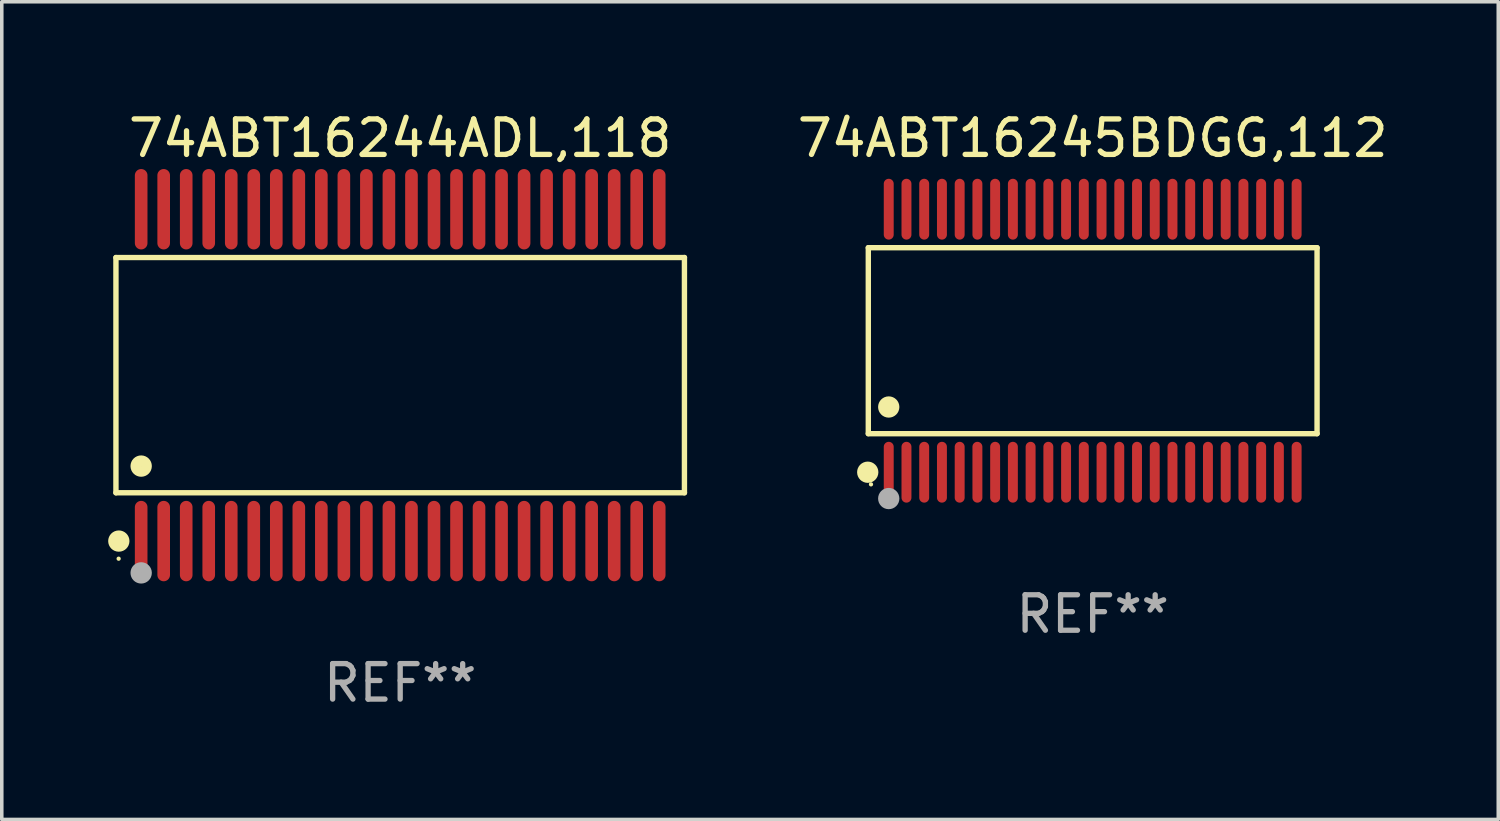
<source format=kicad_pcb>
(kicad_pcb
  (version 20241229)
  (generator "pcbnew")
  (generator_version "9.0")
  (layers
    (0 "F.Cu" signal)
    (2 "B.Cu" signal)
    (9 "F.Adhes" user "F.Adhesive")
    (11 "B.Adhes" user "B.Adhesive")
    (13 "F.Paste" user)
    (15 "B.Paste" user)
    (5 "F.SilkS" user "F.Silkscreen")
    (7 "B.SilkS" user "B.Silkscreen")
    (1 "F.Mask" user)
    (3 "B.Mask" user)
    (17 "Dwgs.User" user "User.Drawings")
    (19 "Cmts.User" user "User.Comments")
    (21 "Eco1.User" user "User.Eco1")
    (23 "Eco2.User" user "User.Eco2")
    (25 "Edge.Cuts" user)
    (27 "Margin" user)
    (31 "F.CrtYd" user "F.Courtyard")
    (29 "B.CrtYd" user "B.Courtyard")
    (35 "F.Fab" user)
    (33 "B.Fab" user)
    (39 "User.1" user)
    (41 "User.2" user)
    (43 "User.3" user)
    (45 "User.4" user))
  (footprint "74ABT16244ADL,118"
    (layer "F.Cu")
    (at 8.233 7.527)
    (property "Reference" "74ABT16244ADL,118" (at 0 -6.678 0) (layer "F.SilkS") (effects (font (size 1 1) (thickness 0.15))))
    (attr through_hole)
    (fp_line (start -8.014 -3.316) (end 8.014 -3.316) (stroke (width 0.152) (type solid)) (layer "F.SilkS"))
    (fp_line (start -8.014 3.316) (end -8.014 -3.316) (stroke (width 0.152) (type solid)) (layer "F.SilkS"))
    (fp_line (start 8.014 -3.316) (end 8.014 3.316) (stroke (width 0.152) (type solid)) (layer "F.SilkS"))
    (fp_line (start 8.014 3.316) (end -8.014 3.316) (stroke (width 0.152) (type solid)) (layer "F.SilkS"))
    (fp_circle (center -7.938 5.175) (end -7.908 5.175) (stroke (width 0.06) (type solid)) (fill no) (layer "F.SilkS"))
    (fp_circle (center -7.933 4.678) (end -7.783 4.678) (stroke (width 0.3) (type solid)) (fill no) (layer "F.SilkS"))
    (fp_circle (center -7.303 2.564) (end -7.152 2.564) (stroke (width 0.3) (type solid)) (fill no) (layer "F.SilkS"))
    (fp_circle (center -7.303 5.575) (end -7.152 5.575) (stroke (width 0.3) (type solid)) (fill no) (layer "F.Fab"))
    (fp_text user "REF**" (at 0 8.678 0) (layer "F.Fab") (effects (font (size 1 1) (thickness 0.15))))
    (pad "1" smd oval (at -7.303 4.678) (size 0.356 2.267) (layers "F.Cu" "F.Mask" "F.Paste"))
    (pad "2" smd oval (at -6.668 4.678) (size 0.356 2.267) (layers "F.Cu" "F.Mask" "F.Paste"))
    (pad "3" smd oval (at -6.033 4.678) (size 0.356 2.267) (layers "F.Cu" "F.Mask" "F.Paste"))
    (pad "4" smd oval (at -5.398 4.678) (size 0.356 2.267) (layers "F.Cu" "F.Mask" "F.Paste"))
    (pad "5" smd oval (at -4.763 4.678) (size 0.356 2.267) (layers "F.Cu" "F.Mask" "F.Paste"))
    (pad "6" smd oval (at -4.128 4.678) (size 0.356 2.267) (layers "F.Cu" "F.Mask" "F.Paste"))
    (pad "7" smd oval (at -3.493 4.678) (size 0.356 2.267) (layers "F.Cu" "F.Mask" "F.Paste"))
    (pad "8" smd oval (at -2.858 4.678) (size 0.356 2.267) (layers "F.Cu" "F.Mask" "F.Paste"))
    (pad "9" smd oval (at -2.223 4.678) (size 0.356 2.267) (layers "F.Cu" "F.Mask" "F.Paste"))
    (pad "10" smd oval (at -1.588 4.678) (size 0.356 2.267) (layers "F.Cu" "F.Mask" "F.Paste"))
    (pad "11" smd oval (at -0.953 4.678) (size 0.356 2.267) (layers "F.Cu" "F.Mask" "F.Paste"))
    (pad "12" smd oval (at -0.318 4.678) (size 0.356 2.267) (layers "F.Cu" "F.Mask" "F.Paste"))
    (pad "13" smd oval (at 0.318 4.678) (size 0.356 2.267) (layers "F.Cu" "F.Mask" "F.Paste"))
    (pad "14" smd oval (at 0.953 4.678) (size 0.356 2.267) (layers "F.Cu" "F.Mask" "F.Paste"))
    (pad "15" smd oval (at 1.588 4.678) (size 0.356 2.267) (layers "F.Cu" "F.Mask" "F.Paste"))
    (pad "16" smd oval (at 2.223 4.678) (size 0.356 2.267) (layers "F.Cu" "F.Mask" "F.Paste"))
    (pad "17" smd oval (at 2.858 4.678) (size 0.356 2.267) (layers "F.Cu" "F.Mask" "F.Paste"))
    (pad "18" smd oval (at 3.493 4.678) (size 0.356 2.267) (layers "F.Cu" "F.Mask" "F.Paste"))
    (pad "19" smd oval (at 4.128 4.678) (size 0.356 2.267) (layers "F.Cu" "F.Mask" "F.Paste"))
    (pad "20" smd oval (at 4.763 4.678) (size 0.356 2.267) (layers "F.Cu" "F.Mask" "F.Paste"))
    (pad "21" smd oval (at 5.398 4.678) (size 0.356 2.267) (layers "F.Cu" "F.Mask" "F.Paste"))
    (pad "22" smd oval (at 6.033 4.678) (size 0.356 2.267) (layers "F.Cu" "F.Mask" "F.Paste"))
    (pad "23" smd oval (at 6.668 4.678) (size 0.356 2.267) (layers "F.Cu" "F.Mask" "F.Paste"))
    (pad "24" smd oval (at 7.303 4.678) (size 0.356 2.267) (layers "F.Cu" "F.Mask" "F.Paste"))
    (pad "25" smd oval (at 7.303 -4.678) (size 0.356 2.267) (layers "F.Cu" "F.Mask" "F.Paste"))
    (pad "26" smd oval (at 6.668 -4.678) (size 0.356 2.267) (layers "F.Cu" "F.Mask" "F.Paste"))
    (pad "27" smd oval (at 6.033 -4.678) (size 0.356 2.267) (layers "F.Cu" "F.Mask" "F.Paste"))
    (pad "28" smd oval (at 5.398 -4.678) (size 0.356 2.267) (layers "F.Cu" "F.Mask" "F.Paste"))
    (pad "29" smd oval (at 4.763 -4.678) (size 0.356 2.267) (layers "F.Cu" "F.Mask" "F.Paste"))
    (pad "30" smd oval (at 4.128 -4.678) (size 0.356 2.267) (layers "F.Cu" "F.Mask" "F.Paste"))
    (pad "31" smd oval (at 3.493 -4.678) (size 0.356 2.267) (layers "F.Cu" "F.Mask" "F.Paste"))
    (pad "32" smd oval (at 2.858 -4.678) (size 0.356 2.267) (layers "F.Cu" "F.Mask" "F.Paste"))
    (pad "33" smd oval (at 2.223 -4.678) (size 0.356 2.267) (layers "F.Cu" "F.Mask" "F.Paste"))
    (pad "34" smd oval (at 1.588 -4.678) (size 0.356 2.267) (layers "F.Cu" "F.Mask" "F.Paste"))
    (pad "35" smd oval (at 0.953 -4.678) (size 0.356 2.267) (layers "F.Cu" "F.Mask" "F.Paste"))
    (pad "36" smd oval (at 0.318 -4.678) (size 0.356 2.267) (layers "F.Cu" "F.Mask" "F.Paste"))
    (pad "37" smd oval (at -0.318 -4.678) (size 0.356 2.267) (layers "F.Cu" "F.Mask" "F.Paste"))
    (pad "38" smd oval (at -0.953 -4.678) (size 0.356 2.267) (layers "F.Cu" "F.Mask" "F.Paste"))
    (pad "39" smd oval (at -1.588 -4.678) (size 0.356 2.267) (layers "F.Cu" "F.Mask" "F.Paste"))
    (pad "40" smd oval (at -2.223 -4.678) (size 0.356 2.267) (layers "F.Cu" "F.Mask" "F.Paste"))
    (pad "41" smd oval (at -2.858 -4.678) (size 0.356 2.267) (layers "F.Cu" "F.Mask" "F.Paste"))
    (pad "42" smd oval (at -3.493 -4.678) (size 0.356 2.267) (layers "F.Cu" "F.Mask" "F.Paste"))
    (pad "43" smd oval (at -4.128 -4.678) (size 0.356 2.267) (layers "F.Cu" "F.Mask" "F.Paste"))
    (pad "44" smd oval (at -4.763 -4.678) (size 0.356 2.267) (layers "F.Cu" "F.Mask" "F.Paste"))
    (pad "45" smd oval (at -5.398 -4.678) (size 0.356 2.267) (layers "F.Cu" "F.Mask" "F.Paste"))
    (pad "46" smd oval (at -6.033 -4.678) (size 0.356 2.267) (layers "F.Cu" "F.Mask" "F.Paste"))
    (pad "47" smd oval (at -6.668 -4.678) (size 0.356 2.267) (layers "F.Cu" "F.Mask" "F.Paste"))
    (pad "48" smd oval (at -7.303 -4.678) (size 0.356 2.267) (layers "F.Cu" "F.Mask" "F.Paste")))
  (footprint "74ABT16245BDGG,112"
    (layer "F.Cu")
    (at 27.757 6.556)
    (property "Reference" "74ABT16245BDGG,112" (at 0 -5.708 0) (layer "F.SilkS") (effects (font (size 1 1) (thickness 0.15))))
    (attr through_hole)
    (fp_line (start -6.326 -2.622) (end 6.326 -2.622) (stroke (width 0.152) (type solid)) (layer "F.SilkS"))
    (fp_line (start -6.326 2.621) (end -6.326 -2.622) (stroke (width 0.152) (type solid)) (layer "F.SilkS"))
    (fp_line (start 6.326 -2.622) (end 6.326 2.621) (stroke (width 0.152) (type solid)) (layer "F.SilkS"))
    (fp_line (start 6.326 2.621) (end -6.326 2.621) (stroke (width 0.152) (type solid)) (layer "F.SilkS"))
    (fp_circle (center -6.342 3.708) (end -6.192 3.708) (stroke (width 0.3) (type solid)) (fill no) (layer "F.SilkS"))
    (fp_circle (center -6.25 4.05) (end -6.22 4.05) (stroke (width 0.06) (type solid)) (fill no) (layer "F.SilkS"))
    (fp_circle (center -5.75 1.869) (end -5.6 1.869) (stroke (width 0.3) (type solid)) (fill no) (layer "F.SilkS"))
    (fp_circle (center -5.75 4.45) (end -5.6 4.45) (stroke (width 0.3) (type solid)) (fill no) (layer "F.Fab"))
    (fp_text user "REF**" (at 0 7.708 0) (layer "F.Fab") (effects (font (size 1 1) (thickness 0.15))))
    (pad "1" smd oval (at -5.75 3.708) (size 0.28 1.715) (layers "F.Cu" "F.Mask" "F.Paste"))
    (pad "2" smd oval (at -5.25 3.708) (size 0.28 1.715) (layers "F.Cu" "F.Mask" "F.Paste"))
    (pad "3" smd oval (at -4.75 3.708) (size 0.28 1.715) (layers "F.Cu" "F.Mask" "F.Paste"))
    (pad "4" smd oval (at -4.25 3.708) (size 0.28 1.715) (layers "F.Cu" "F.Mask" "F.Paste"))
    (pad "5" smd oval (at -3.75 3.708) (size 0.28 1.715) (layers "F.Cu" "F.Mask" "F.Paste"))
    (pad "6" smd oval (at -3.25 3.708) (size 0.28 1.715) (layers "F.Cu" "F.Mask" "F.Paste"))
    (pad "7" smd oval (at -2.75 3.708) (size 0.28 1.715) (layers "F.Cu" "F.Mask" "F.Paste"))
    (pad "8" smd oval (at -2.25 3.708) (size 0.28 1.715) (layers "F.Cu" "F.Mask" "F.Paste"))
    (pad "9" smd oval (at -1.75 3.708) (size 0.28 1.715) (layers "F.Cu" "F.Mask" "F.Paste"))
    (pad "10" smd oval (at -1.25 3.708) (size 0.28 1.715) (layers "F.Cu" "F.Mask" "F.Paste"))
    (pad "11" smd oval (at -0.75 3.708) (size 0.28 1.715) (layers "F.Cu" "F.Mask" "F.Paste"))
    (pad "12" smd oval (at -0.25 3.708) (size 0.28 1.715) (layers "F.Cu" "F.Mask" "F.Paste"))
    (pad "13" smd oval (at 0.25 3.708) (size 0.28 1.715) (layers "F.Cu" "F.Mask" "F.Paste"))
    (pad "14" smd oval (at 0.75 3.708) (size 0.28 1.715) (layers "F.Cu" "F.Mask" "F.Paste"))
    (pad "15" smd oval (at 1.25 3.708) (size 0.28 1.715) (layers "F.Cu" "F.Mask" "F.Paste"))
    (pad "16" smd oval (at 1.75 3.708) (size 0.28 1.715) (layers "F.Cu" "F.Mask" "F.Paste"))
    (pad "17" smd oval (at 2.25 3.708) (size 0.28 1.715) (layers "F.Cu" "F.Mask" "F.Paste"))
    (pad "18" smd oval (at 2.75 3.708) (size 0.28 1.715) (layers "F.Cu" "F.Mask" "F.Paste"))
    (pad "19" smd oval (at 3.25 3.708) (size 0.28 1.715) (layers "F.Cu" "F.Mask" "F.Paste"))
    (pad "20" smd oval (at 3.75 3.708) (size 0.28 1.715) (layers "F.Cu" "F.Mask" "F.Paste"))
    (pad "21" smd oval (at 4.25 3.708) (size 0.28 1.715) (layers "F.Cu" "F.Mask" "F.Paste"))
    (pad "22" smd oval (at 4.75 3.708) (size 0.28 1.715) (layers "F.Cu" "F.Mask" "F.Paste"))
    (pad "23" smd oval (at 5.25 3.708) (size 0.28 1.715) (layers "F.Cu" "F.Mask" "F.Paste"))
    (pad "24" smd oval (at 5.75 3.708) (size 0.28 1.715) (layers "F.Cu" "F.Mask" "F.Paste"))
    (pad "25" smd oval (at 5.75 -3.708) (size 0.28 1.715) (layers "F.Cu" "F.Mask" "F.Paste"))
    (pad "26" smd oval (at 5.25 -3.708) (size 0.28 1.715) (layers "F.Cu" "F.Mask" "F.Paste"))
    (pad "27" smd oval (at 4.75 -3.708) (size 0.28 1.715) (layers "F.Cu" "F.Mask" "F.Paste"))
    (pad "28" smd oval (at 4.25 -3.708) (size 0.28 1.715) (layers "F.Cu" "F.Mask" "F.Paste"))
    (pad "29" smd oval (at 3.75 -3.708) (size 0.28 1.715) (layers "F.Cu" "F.Mask" "F.Paste"))
    (pad "30" smd oval (at 3.25 -3.708) (size 0.28 1.715) (layers "F.Cu" "F.Mask" "F.Paste"))
    (pad "31" smd oval (at 2.75 -3.708) (size 0.28 1.715) (layers "F.Cu" "F.Mask" "F.Paste"))
    (pad "32" smd oval (at 2.25 -3.708) (size 0.28 1.715) (layers "F.Cu" "F.Mask" "F.Paste"))
    (pad "33" smd oval (at 1.75 -3.708) (size 0.28 1.715) (layers "F.Cu" "F.Mask" "F.Paste"))
    (pad "34" smd oval (at 1.25 -3.708) (size 0.28 1.715) (layers "F.Cu" "F.Mask" "F.Paste"))
    (pad "35" smd oval (at 0.75 -3.708) (size 0.28 1.715) (layers "F.Cu" "F.Mask" "F.Paste"))
    (pad "36" smd oval (at 0.25 -3.708) (size 0.28 1.715) (layers "F.Cu" "F.Mask" "F.Paste"))
    (pad "37" smd oval (at -0.25 -3.708) (size 0.28 1.715) (layers "F.Cu" "F.Mask" "F.Paste"))
    (pad "38" smd oval (at -0.75 -3.708) (size 0.28 1.715) (layers "F.Cu" "F.Mask" "F.Paste"))
    (pad "39" smd oval (at -1.25 -3.708) (size 0.28 1.715) (layers "F.Cu" "F.Mask" "F.Paste"))
    (pad "40" smd oval (at -1.75 -3.708) (size 0.28 1.715) (layers "F.Cu" "F.Mask" "F.Paste"))
    (pad "41" smd oval (at -2.25 -3.708) (size 0.28 1.715) (layers "F.Cu" "F.Mask" "F.Paste"))
    (pad "42" smd oval (at -2.75 -3.708) (size 0.28 1.715) (layers "F.Cu" "F.Mask" "F.Paste"))
    (pad "43" smd oval (at -3.25 -3.708) (size 0.28 1.715) (layers "F.Cu" "F.Mask" "F.Paste"))
    (pad "44" smd oval (at -3.75 -3.708) (size 0.28 1.715) (layers "F.Cu" "F.Mask" "F.Paste"))
    (pad "45" smd oval (at -4.25 -3.708) (size 0.28 1.715) (layers "F.Cu" "F.Mask" "F.Paste"))
    (pad "46" smd oval (at -4.75 -3.708) (size 0.28 1.715) (layers "F.Cu" "F.Mask" "F.Paste"))
    (pad "47" smd oval (at -5.25 -3.708) (size 0.28 1.715) (layers "F.Cu" "F.Mask" "F.Paste"))
    (pad "48" smd oval (at -5.75 -3.708) (size 0.28 1.715) (layers "F.Cu" "F.Mask" "F.Paste")))
  (gr_rect
    (start -3 -3)
    (end 39.192 20.053)
    (stroke (width 0.1) (type default))
    (fill no)
    (layer "Edge.Cuts")))
</source>
